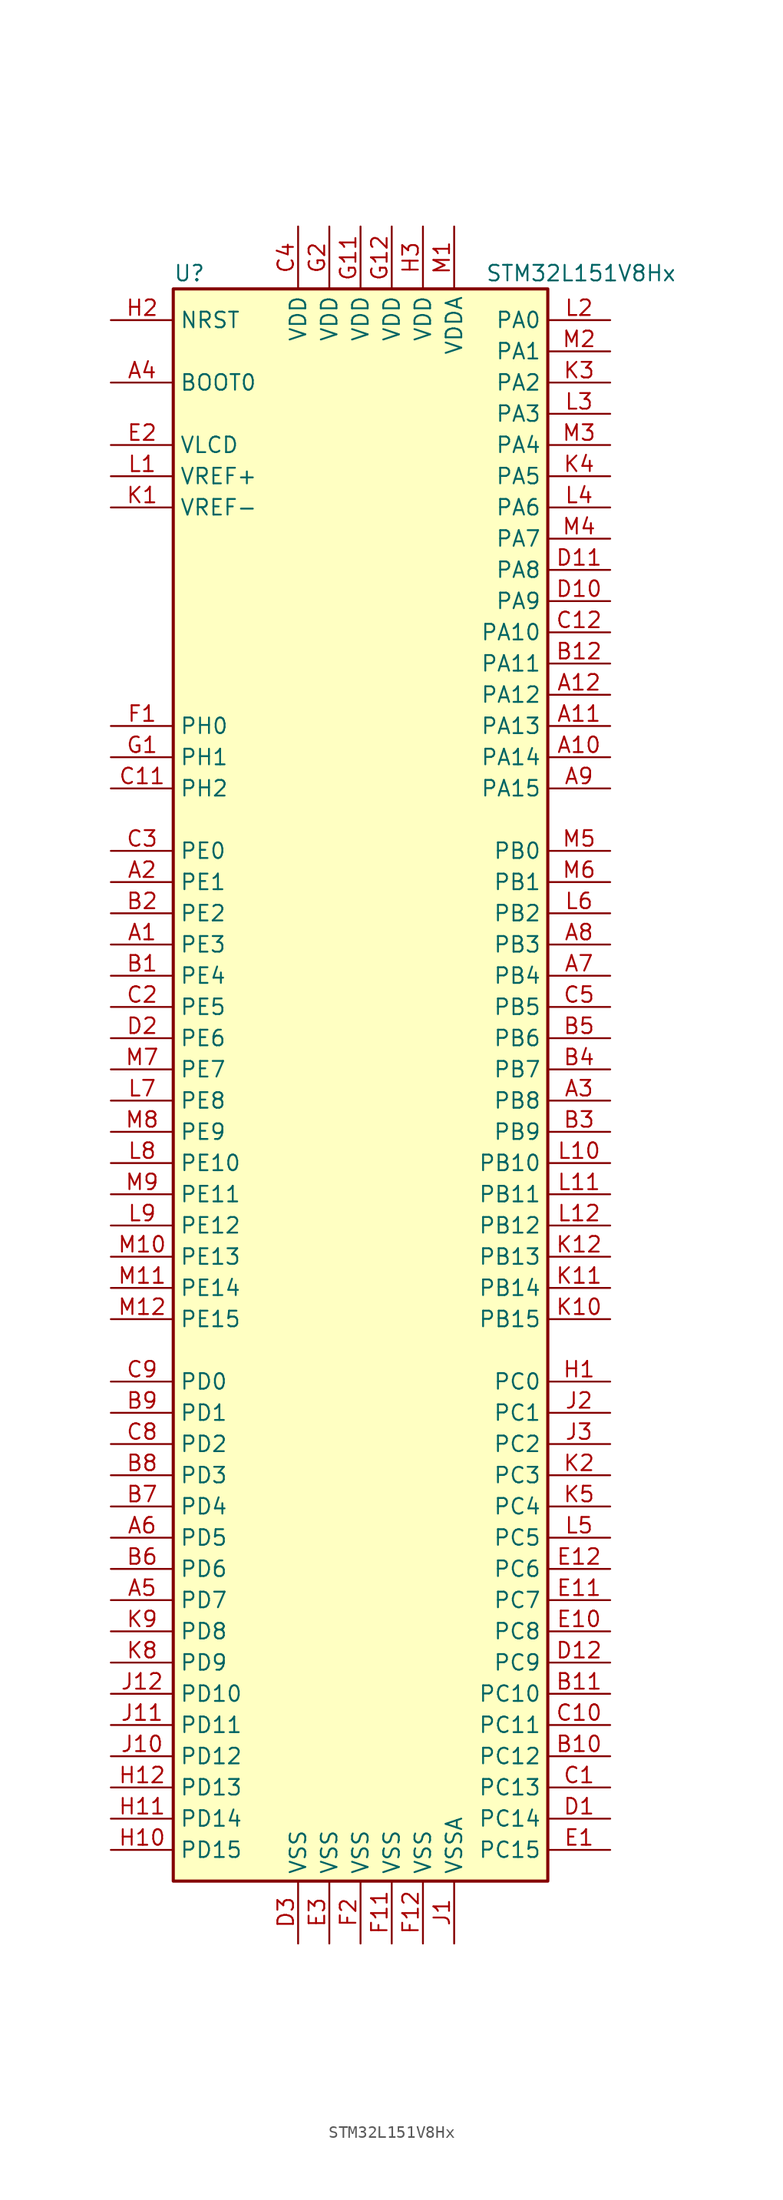
<source format=kicad_sym>
(kicad_symbol_lib
  (version 20201005)
  (generator kicad_symbol_editor)
  (symbol "STM32L151V8Hx"
    (property "Reference" "U"
      (at -15.24 64.77 0)
      (effects (font (size 1.27 1.27)) (justify left)))
    (property "Value" "STM32L151V8Hx"
      (at 10.16 64.77 0)
      (effects (font (size 1.27 1.27)) (justify left)))
    (symbol "STM32L151V8Hx_0_1"
      (rectangle (start -15.24 -66.04) (end 15.24 63.5) (stroke (width 0.254)) (fill (type background))))
    (symbol "STM32L151V8Hx_1_1"
      (pin bidirectional line (at -20.32 10.16 0) (length 5.08) (name "PE3" (effects (font (size 1.27 1.27)))) (number "A1" (effects (font (size 1.27 1.27)))))
      (pin bidirectional line (at 20.32 25.4 180) (length 5.08) (name "PA14" (effects (font (size 1.27 1.27)))) (number "A10" (effects (font (size 1.27 1.27)))))
      (pin bidirectional line (at 20.32 27.94 180) (length 5.08) (name "PA13" (effects (font (size 1.27 1.27)))) (number "A11" (effects (font (size 1.27 1.27)))))
      (pin bidirectional line (at 20.32 30.48 180) (length 5.08) (name "PA12" (effects (font (size 1.27 1.27)))) (number "A12" (effects (font (size 1.27 1.27)))))
      (pin bidirectional line (at -20.32 15.24 0) (length 5.08) (name "PE1" (effects (font (size 1.27 1.27)))) (number "A2" (effects (font (size 1.27 1.27)))))
      (pin bidirectional line (at 20.32 -2.54 180) (length 5.08) (name "PB8" (effects (font (size 1.27 1.27)))) (number "A3" (effects (font (size 1.27 1.27)))))
      (pin input line (at -20.32 55.88 0) (length 5.08) (name "BOOT0" (effects (font (size 1.27 1.27)))) (number "A4" (effects (font (size 1.27 1.27)))))
      (pin bidirectional line (at -20.32 -43.18 0) (length 5.08) (name "PD7" (effects (font (size 1.27 1.27)))) (number "A5" (effects (font (size 1.27 1.27)))))
      (pin bidirectional line (at -20.32 -38.1 0) (length 5.08) (name "PD5" (effects (font (size 1.27 1.27)))) (number "A6" (effects (font (size 1.27 1.27)))))
      (pin bidirectional line (at 20.32 7.62 180) (length 5.08) (name "PB4" (effects (font (size 1.27 1.27)))) (number "A7" (effects (font (size 1.27 1.27)))))
      (pin bidirectional line (at 20.32 10.16 180) (length 5.08) (name "PB3" (effects (font (size 1.27 1.27)))) (number "A8" (effects (font (size 1.27 1.27)))))
      (pin bidirectional line (at 20.32 22.86 180) (length 5.08) (name "PA15" (effects (font (size 1.27 1.27)))) (number "A9" (effects (font (size 1.27 1.27)))))
      (pin bidirectional line (at -20.32 7.62 0) (length 5.08) (name "PE4" (effects (font (size 1.27 1.27)))) (number "B1" (effects (font (size 1.27 1.27)))))
      (pin bidirectional line (at 20.32 -55.88 180) (length 5.08) (name "PC12" (effects (font (size 1.27 1.27)))) (number "B10" (effects (font (size 1.27 1.27)))))
      (pin bidirectional line (at 20.32 -50.8 180) (length 5.08) (name "PC10" (effects (font (size 1.27 1.27)))) (number "B11" (effects (font (size 1.27 1.27)))))
      (pin bidirectional line (at 20.32 33.02 180) (length 5.08) (name "PA11" (effects (font (size 1.27 1.27)))) (number "B12" (effects (font (size 1.27 1.27)))))
      (pin bidirectional line (at -20.32 12.7 0) (length 5.08) (name "PE2" (effects (font (size 1.27 1.27)))) (number "B2" (effects (font (size 1.27 1.27)))))
      (pin bidirectional line (at 20.32 -5.08 180) (length 5.08) (name "PB9" (effects (font (size 1.27 1.27)))) (number "B3" (effects (font (size 1.27 1.27)))))
      (pin bidirectional line (at 20.32 0 180) (length 5.08) (name "PB7" (effects (font (size 1.27 1.27)))) (number "B4" (effects (font (size 1.27 1.27)))))
      (pin bidirectional line (at 20.32 2.54 180) (length 5.08) (name "PB6" (effects (font (size 1.27 1.27)))) (number "B5" (effects (font (size 1.27 1.27)))))
      (pin bidirectional line (at -20.32 -40.64 0) (length 5.08) (name "PD6" (effects (font (size 1.27 1.27)))) (number "B6" (effects (font (size 1.27 1.27)))))
      (pin bidirectional line (at -20.32 -35.56 0) (length 5.08) (name "PD4" (effects (font (size 1.27 1.27)))) (number "B7" (effects (font (size 1.27 1.27)))))
      (pin bidirectional line (at -20.32 -33.02 0) (length 5.08) (name "PD3" (effects (font (size 1.27 1.27)))) (number "B8" (effects (font (size 1.27 1.27)))))
      (pin bidirectional line (at -20.32 -27.94 0) (length 5.08) (name "PD1" (effects (font (size 1.27 1.27)))) (number "B9" (effects (font (size 1.27 1.27)))))
      (pin bidirectional line (at 20.32 -58.42 180) (length 5.08) (name "PC13" (effects (font (size 1.27 1.27)))) (number "C1" (effects (font (size 1.27 1.27)))))
      (pin bidirectional line (at 20.32 -53.34 180) (length 5.08) (name "PC11" (effects (font (size 1.27 1.27)))) (number "C10" (effects (font (size 1.27 1.27)))))
      (pin bidirectional line (at -20.32 22.86 0) (length 5.08) (name "PH2" (effects (font (size 1.27 1.27)))) (number "C11" (effects (font (size 1.27 1.27)))))
      (pin bidirectional line (at 20.32 35.56 180) (length 5.08) (name "PA10" (effects (font (size 1.27 1.27)))) (number "C12" (effects (font (size 1.27 1.27)))))
      (pin bidirectional line (at -20.32 5.08 0) (length 5.08) (name "PE5" (effects (font (size 1.27 1.27)))) (number "C2" (effects (font (size 1.27 1.27)))))
      (pin bidirectional line (at -20.32 17.78 0) (length 5.08) (name "PE0" (effects (font (size 1.27 1.27)))) (number "C3" (effects (font (size 1.27 1.27)))))
      (pin power_in line (at -5.08 68.58 270) (length 5.08) (name "VDD" (effects (font (size 1.27 1.27)))) (number "C4" (effects (font (size 1.27 1.27)))))
      (pin bidirectional line (at 20.32 5.08 180) (length 5.08) (name "PB5" (effects (font (size 1.27 1.27)))) (number "C5" (effects (font (size 1.27 1.27)))))
      (pin bidirectional line (at -20.32 -30.48 0) (length 5.08) (name "PD2" (effects (font (size 1.27 1.27)))) (number "C8" (effects (font (size 1.27 1.27)))))
      (pin bidirectional line (at -20.32 -25.4 0) (length 5.08) (name "PD0" (effects (font (size 1.27 1.27)))) (number "C9" (effects (font (size 1.27 1.27)))))
      (pin bidirectional line (at 20.32 -60.96 180) (length 5.08) (name "PC14" (effects (font (size 1.27 1.27)))) (number "D1" (effects (font (size 1.27 1.27)))))
      (pin bidirectional line (at 20.32 38.1 180) (length 5.08) (name "PA9" (effects (font (size 1.27 1.27)))) (number "D10" (effects (font (size 1.27 1.27)))))
      (pin bidirectional line (at 20.32 40.64 180) (length 5.08) (name "PA8" (effects (font (size 1.27 1.27)))) (number "D11" (effects (font (size 1.27 1.27)))))
      (pin bidirectional line (at 20.32 -48.26 180) (length 5.08) (name "PC9" (effects (font (size 1.27 1.27)))) (number "D12" (effects (font (size 1.27 1.27)))))
      (pin bidirectional line (at -20.32 2.54 0) (length 5.08) (name "PE6" (effects (font (size 1.27 1.27)))) (number "D2" (effects (font (size 1.27 1.27)))))
      (pin power_in line (at -5.08 -71.12 90) (length 5.08) (name "VSS" (effects (font (size 1.27 1.27)))) (number "D3" (effects (font (size 1.27 1.27)))))
      (pin bidirectional line (at 20.32 -63.5 180) (length 5.08) (name "PC15" (effects (font (size 1.27 1.27)))) (number "E1" (effects (font (size 1.27 1.27)))))
      (pin bidirectional line (at 20.32 -45.72 180) (length 5.08) (name "PC8" (effects (font (size 1.27 1.27)))) (number "E10" (effects (font (size 1.27 1.27)))))
      (pin bidirectional line (at 20.32 -43.18 180) (length 5.08) (name "PC7" (effects (font (size 1.27 1.27)))) (number "E11" (effects (font (size 1.27 1.27)))))
      (pin bidirectional line (at 20.32 -40.64 180) (length 5.08) (name "PC6" (effects (font (size 1.27 1.27)))) (number "E12" (effects (font (size 1.27 1.27)))))
      (pin power_in line (at -20.32 50.8 0) (length 5.08) (name "VLCD" (effects (font (size 1.27 1.27)))) (number "E2" (effects (font (size 1.27 1.27)))))
      (pin power_in line (at -2.54 -71.12 90) (length 5.08) (name "VSS" (effects (font (size 1.27 1.27)))) (number "E3" (effects (font (size 1.27 1.27)))))
      (pin input line (at -20.32 27.94 0) (length 5.08) (name "PH0" (effects (font (size 1.27 1.27)))) (number "F1" (effects (font (size 1.27 1.27)))))
      (pin power_in line (at 2.54 -71.12 90) (length 5.08) (name "VSS" (effects (font (size 1.27 1.27)))) (number "F11" (effects (font (size 1.27 1.27)))))
      (pin power_in line (at 5.08 -71.12 90) (length 5.08) (name "VSS" (effects (font (size 1.27 1.27)))) (number "F12" (effects (font (size 1.27 1.27)))))
      (pin power_in line (at 0 -71.12 90) (length 5.08) (name "VSS" (effects (font (size 1.27 1.27)))) (number "F2" (effects (font (size 1.27 1.27)))))
      (pin input line (at -20.32 25.4 0) (length 5.08) (name "PH1" (effects (font (size 1.27 1.27)))) (number "G1" (effects (font (size 1.27 1.27)))))
      (pin power_in line (at 0 68.58 270) (length 5.08) (name "VDD" (effects (font (size 1.27 1.27)))) (number "G11" (effects (font (size 1.27 1.27)))))
      (pin power_in line (at 2.54 68.58 270) (length 5.08) (name "VDD" (effects (font (size 1.27 1.27)))) (number "G12" (effects (font (size 1.27 1.27)))))
      (pin power_in line (at -2.54 68.58 270) (length 5.08) (name "VDD" (effects (font (size 1.27 1.27)))) (number "G2" (effects (font (size 1.27 1.27)))))
      (pin bidirectional line (at 20.32 -25.4 180) (length 5.08) (name "PC0" (effects (font (size 1.27 1.27)))) (number "H1" (effects (font (size 1.27 1.27)))))
      (pin bidirectional line (at -20.32 -63.5 0) (length 5.08) (name "PD15" (effects (font (size 1.27 1.27)))) (number "H10" (effects (font (size 1.27 1.27)))))
      (pin bidirectional line (at -20.32 -60.96 0) (length 5.08) (name "PD14" (effects (font (size 1.27 1.27)))) (number "H11" (effects (font (size 1.27 1.27)))))
      (pin bidirectional line (at -20.32 -58.42 0) (length 5.08) (name "PD13" (effects (font (size 1.27 1.27)))) (number "H12" (effects (font (size 1.27 1.27)))))
      (pin input line (at -20.32 60.96 0) (length 5.08) (name "NRST" (effects (font (size 1.27 1.27)))) (number "H2" (effects (font (size 1.27 1.27)))))
      (pin power_in line (at 5.08 68.58 270) (length 5.08) (name "VDD" (effects (font (size 1.27 1.27)))) (number "H3" (effects (font (size 1.27 1.27)))))
      (pin power_in line (at 7.62 -71.12 90) (length 5.08) (name "VSSA" (effects (font (size 1.27 1.27)))) (number "J1" (effects (font (size 1.27 1.27)))))
      (pin bidirectional line (at -20.32 -55.88 0) (length 5.08) (name "PD12" (effects (font (size 1.27 1.27)))) (number "J10" (effects (font (size 1.27 1.27)))))
      (pin bidirectional line (at -20.32 -53.34 0) (length 5.08) (name "PD11" (effects (font (size 1.27 1.27)))) (number "J11" (effects (font (size 1.27 1.27)))))
      (pin bidirectional line (at -20.32 -50.8 0) (length 5.08) (name "PD10" (effects (font (size 1.27 1.27)))) (number "J12" (effects (font (size 1.27 1.27)))))
      (pin bidirectional line (at 20.32 -27.94 180) (length 5.08) (name "PC1" (effects (font (size 1.27 1.27)))) (number "J2" (effects (font (size 1.27 1.27)))))
      (pin bidirectional line (at 20.32 -30.48 180) (length 5.08) (name "PC2" (effects (font (size 1.27 1.27)))) (number "J3" (effects (font (size 1.27 1.27)))))
      (pin power_in line (at -20.32 45.72 0) (length 5.08) (name "VREF-" (effects (font (size 1.27 1.27)))) (number "K1" (effects (font (size 1.27 1.27)))))
      (pin bidirectional line (at 20.32 -20.32 180) (length 5.08) (name "PB15" (effects (font (size 1.27 1.27)))) (number "K10" (effects (font (size 1.27 1.27)))))
      (pin bidirectional line (at 20.32 -17.78 180) (length 5.08) (name "PB14" (effects (font (size 1.27 1.27)))) (number "K11" (effects (font (size 1.27 1.27)))))
      (pin bidirectional line (at 20.32 -15.24 180) (length 5.08) (name "PB13" (effects (font (size 1.27 1.27)))) (number "K12" (effects (font (size 1.27 1.27)))))
      (pin bidirectional line (at 20.32 -33.02 180) (length 5.08) (name "PC3" (effects (font (size 1.27 1.27)))) (number "K2" (effects (font (size 1.27 1.27)))))
      (pin bidirectional line (at 20.32 55.88 180) (length 5.08) (name "PA2" (effects (font (size 1.27 1.27)))) (number "K3" (effects (font (size 1.27 1.27)))))
      (pin bidirectional line (at 20.32 48.26 180) (length 5.08) (name "PA5" (effects (font (size 1.27 1.27)))) (number "K4" (effects (font (size 1.27 1.27)))))
      (pin bidirectional line (at 20.32 -35.56 180) (length 5.08) (name "PC4" (effects (font (size 1.27 1.27)))) (number "K5" (effects (font (size 1.27 1.27)))))
      (pin bidirectional line (at -20.32 -48.26 0) (length 5.08) (name "PD9" (effects (font (size 1.27 1.27)))) (number "K8" (effects (font (size 1.27 1.27)))))
      (pin bidirectional line (at -20.32 -45.72 0) (length 5.08) (name "PD8" (effects (font (size 1.27 1.27)))) (number "K9" (effects (font (size 1.27 1.27)))))
      (pin power_in line (at -20.32 48.26 0) (length 5.08) (name "VREF+" (effects (font (size 1.27 1.27)))) (number "L1" (effects (font (size 1.27 1.27)))))
      (pin bidirectional line (at 20.32 -7.62 180) (length 5.08) (name "PB10" (effects (font (size 1.27 1.27)))) (number "L10" (effects (font (size 1.27 1.27)))))
      (pin bidirectional line (at 20.32 -10.16 180) (length 5.08) (name "PB11" (effects (font (size 1.27 1.27)))) (number "L11" (effects (font (size 1.27 1.27)))))
      (pin bidirectional line (at 20.32 -12.7 180) (length 5.08) (name "PB12" (effects (font (size 1.27 1.27)))) (number "L12" (effects (font (size 1.27 1.27)))))
      (pin bidirectional line (at 20.32 60.96 180) (length 5.08) (name "PA0" (effects (font (size 1.27 1.27)))) (number "L2" (effects (font (size 1.27 1.27)))))
      (pin bidirectional line (at 20.32 53.34 180) (length 5.08) (name "PA3" (effects (font (size 1.27 1.27)))) (number "L3" (effects (font (size 1.27 1.27)))))
      (pin bidirectional line (at 20.32 45.72 180) (length 5.08) (name "PA6" (effects (font (size 1.27 1.27)))) (number "L4" (effects (font (size 1.27 1.27)))))
      (pin bidirectional line (at 20.32 -38.1 180) (length 5.08) (name "PC5" (effects (font (size 1.27 1.27)))) (number "L5" (effects (font (size 1.27 1.27)))))
      (pin bidirectional line (at 20.32 12.7 180) (length 5.08) (name "PB2" (effects (font (size 1.27 1.27)))) (number "L6" (effects (font (size 1.27 1.27)))))
      (pin bidirectional line (at -20.32 -2.54 0) (length 5.08) (name "PE8" (effects (font (size 1.27 1.27)))) (number "L7" (effects (font (size 1.27 1.27)))))
      (pin bidirectional line (at -20.32 -7.62 0) (length 5.08) (name "PE10" (effects (font (size 1.27 1.27)))) (number "L8" (effects (font (size 1.27 1.27)))))
      (pin bidirectional line (at -20.32 -12.7 0) (length 5.08) (name "PE12" (effects (font (size 1.27 1.27)))) (number "L9" (effects (font (size 1.27 1.27)))))
      (pin power_in line (at 7.62 68.58 270) (length 5.08) (name "VDDA" (effects (font (size 1.27 1.27)))) (number "M1" (effects (font (size 1.27 1.27)))))
      (pin bidirectional line (at -20.32 -15.24 0) (length 5.08) (name "PE13" (effects (font (size 1.27 1.27)))) (number "M10" (effects (font (size 1.27 1.27)))))
      (pin bidirectional line (at -20.32 -17.78 0) (length 5.08) (name "PE14" (effects (font (size 1.27 1.27)))) (number "M11" (effects (font (size 1.27 1.27)))))
      (pin bidirectional line (at -20.32 -20.32 0) (length 5.08) (name "PE15" (effects (font (size 1.27 1.27)))) (number "M12" (effects (font (size 1.27 1.27)))))
      (pin bidirectional line (at 20.32 58.42 180) (length 5.08) (name "PA1" (effects (font (size 1.27 1.27)))) (number "M2" (effects (font (size 1.27 1.27)))))
      (pin bidirectional line (at 20.32 50.8 180) (length 5.08) (name "PA4" (effects (font (size 1.27 1.27)))) (number "M3" (effects (font (size 1.27 1.27)))))
      (pin bidirectional line (at 20.32 43.18 180) (length 5.08) (name "PA7" (effects (font (size 1.27 1.27)))) (number "M4" (effects (font (size 1.27 1.27)))))
      (pin bidirectional line (at 20.32 17.78 180) (length 5.08) (name "PB0" (effects (font (size 1.27 1.27)))) (number "M5" (effects (font (size 1.27 1.27)))))
      (pin bidirectional line (at 20.32 15.24 180) (length 5.08) (name "PB1" (effects (font (size 1.27 1.27)))) (number "M6" (effects (font (size 1.27 1.27)))))
      (pin bidirectional line (at -20.32 0 0) (length 5.08) (name "PE7" (effects (font (size 1.27 1.27)))) (number "M7" (effects (font (size 1.27 1.27)))))
      (pin bidirectional line (at -20.32 -5.08 0) (length 5.08) (name "PE9" (effects (font (size 1.27 1.27)))) (number "M8" (effects (font (size 1.27 1.27)))))
      (pin bidirectional line (at -20.32 -10.16 0) (length 5.08) (name "PE11" (effects (font (size 1.27 1.27)))) (number "M9" (effects (font (size 1.27 1.27))))))))
</source>
